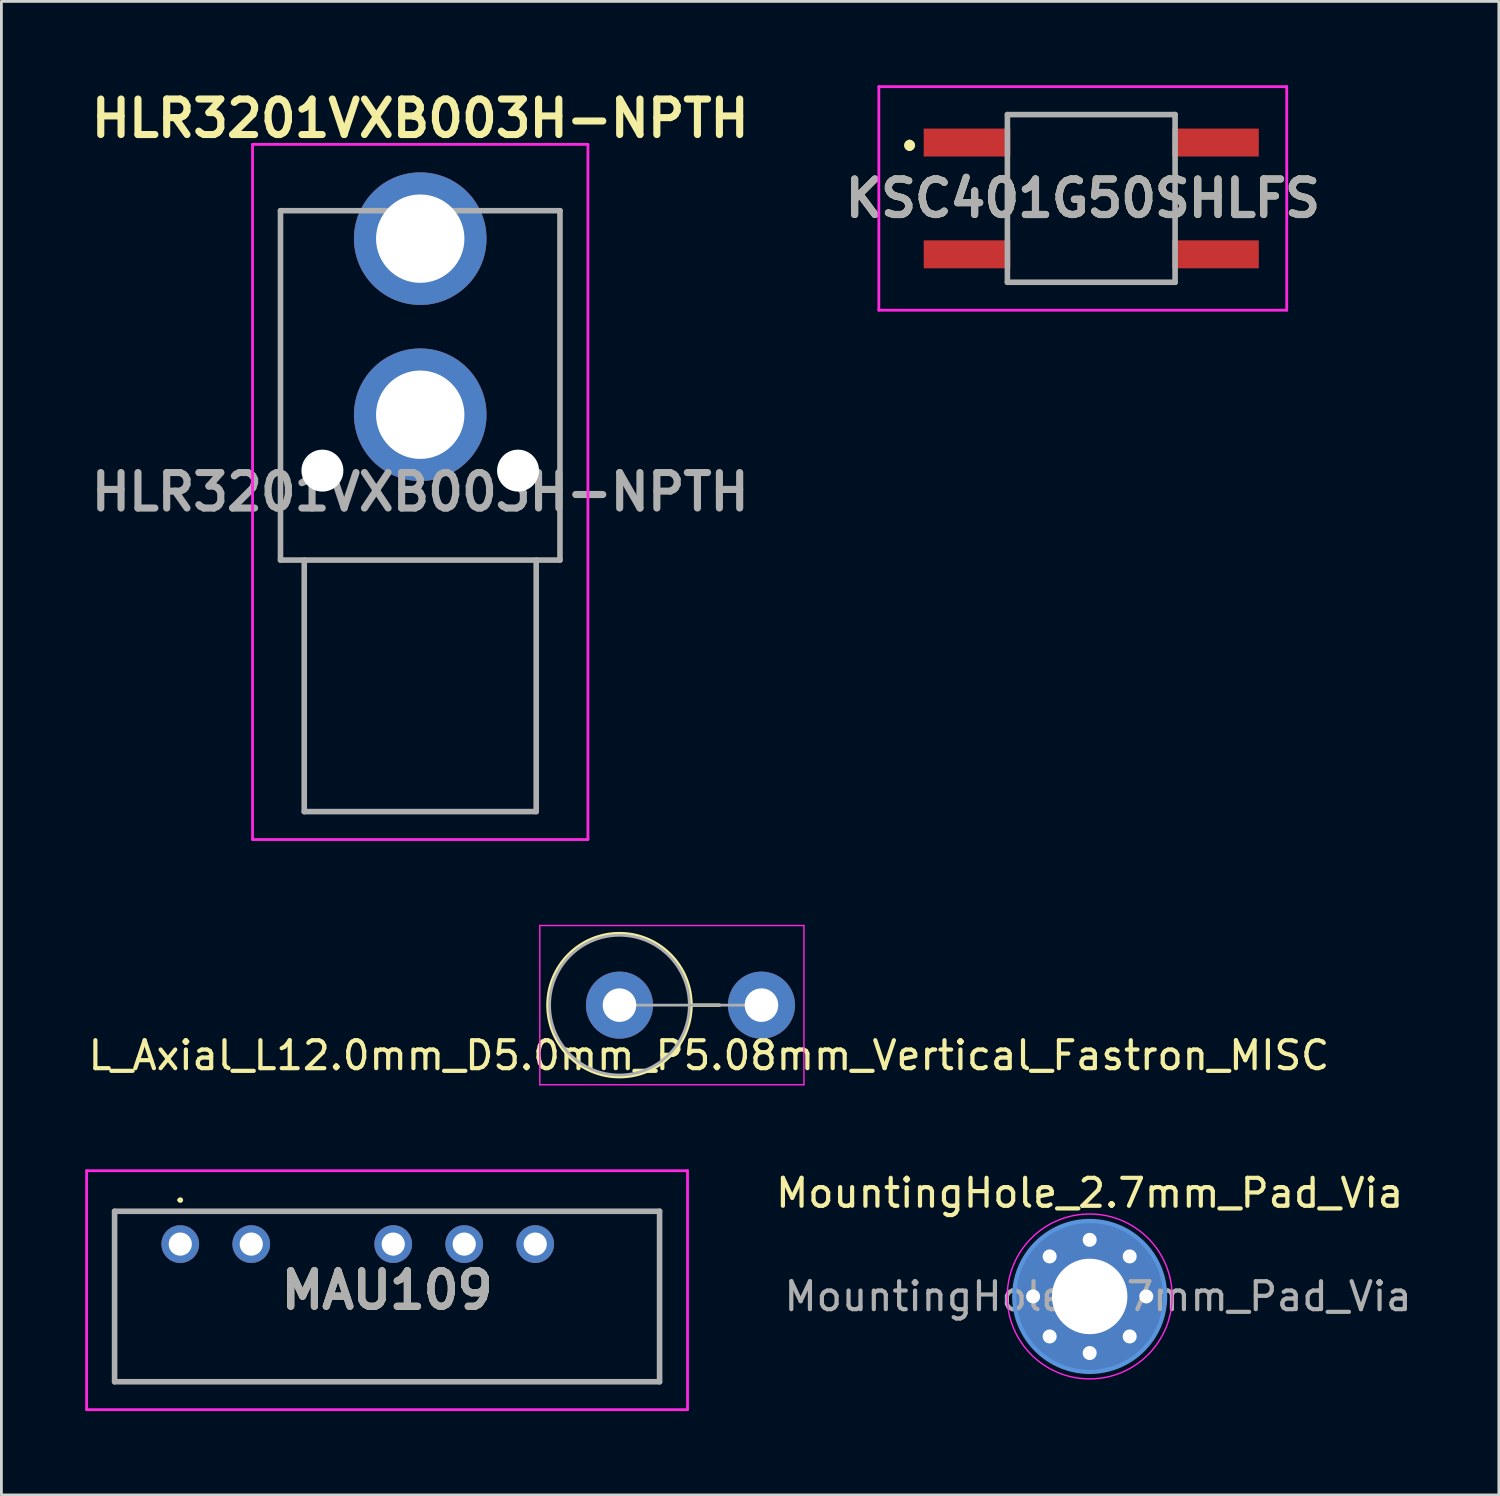
<source format=kicad_pcb>
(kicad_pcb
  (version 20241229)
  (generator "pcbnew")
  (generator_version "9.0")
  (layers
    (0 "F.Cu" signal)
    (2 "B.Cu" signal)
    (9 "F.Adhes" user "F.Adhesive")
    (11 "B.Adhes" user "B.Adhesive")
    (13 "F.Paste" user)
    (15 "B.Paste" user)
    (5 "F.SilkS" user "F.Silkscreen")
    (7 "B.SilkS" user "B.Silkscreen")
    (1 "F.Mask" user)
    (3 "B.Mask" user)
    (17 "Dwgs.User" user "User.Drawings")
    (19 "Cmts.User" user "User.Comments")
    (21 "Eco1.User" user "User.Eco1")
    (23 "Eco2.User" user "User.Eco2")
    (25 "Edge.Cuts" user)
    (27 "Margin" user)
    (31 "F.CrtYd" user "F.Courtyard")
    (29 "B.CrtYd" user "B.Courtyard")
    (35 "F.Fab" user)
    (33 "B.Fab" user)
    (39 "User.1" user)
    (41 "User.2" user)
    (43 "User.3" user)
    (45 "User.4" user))
  (footprint "L_Axial_L12.0mm_D5.0mm_P5.08mm_Vertical_Fastron_MISC"
    (layer "F.Cu")
    (at 19.115 32.914)
    (property "Reference" "L_Axial_L12.0mm_D5.0mm_P5.08mm_Vertical_Fastron_MISC" (at 3.2 1.8 180) (layer "F.SilkS") (effects (font (size 1 1) (thickness 0.15))))
    (attr through_hole)
    (fp_line (start 2.56 0) (end 3.58 0) (stroke (width 0.12) (type solid)) (layer "F.SilkS"))
    (fp_circle (center 0 0) (end 2.56 0) (stroke (width 0.12) (type solid)) (fill no) (layer "F.SilkS"))
    (fp_line (start -2.85 -2.85) (end -2.85 2.85) (stroke (width 0.05) (type solid)) (layer "F.CrtYd"))
    (fp_line (start -2.85 2.85) (end 6.6 2.85) (stroke (width 0.05) (type solid)) (layer "F.CrtYd"))
    (fp_line (start 6.6 -2.85) (end -2.85 -2.85) (stroke (width 0.05) (type solid)) (layer "F.CrtYd"))
    (fp_line (start 6.6 2.85) (end 6.6 -2.85) (stroke (width 0.05) (type solid)) (layer "F.CrtYd"))
    (fp_line (start 0 0) (end 5.08 0) (stroke (width 0.1) (type solid)) (layer "F.Fab"))
    (fp_circle (center 0 0) (end 2.5 0) (stroke (width 0.1) (type solid)) (fill no) (layer "F.Fab"))
    (pad "1" thru_hole circle (at 0 0) (size 2.4 2.4) (drill 1.2) (layers "*.Cu" "*.Mask"))
    (pad "2" thru_hole oval (at 5.08 0) (size 2.4 2.4) (drill 1.2) (layers "*.Cu" "*.Mask")))
  (footprint "HLR3201VXB003H-NPTH"
    (layer "F.Cu")
    (at 11.986 11.789)
    (property "Reference" "HLR3201VXB003H-NPTH" (at 0 -10.6 0) (layer "F.SilkS") (effects (font (size 1.27 1.27) (thickness 0.254))))
    (attr through_hole)
    (fp_line (start -5 -7.3) (end -5 5.2) (stroke (width 0.1) (type solid)) (layer "F.SilkS"))
    (fp_line (start -5 5.2) (end 5 5.2) (stroke (width 0.1) (type solid)) (layer "F.SilkS"))
    (fp_line (start -3 -7.3) (end -5 -7.3) (stroke (width 0.1) (type solid)) (layer "F.SilkS"))
    (fp_line (start 5 -7.3) (end 3 -7.3) (stroke (width 0.1) (type solid)) (layer "F.SilkS"))
    (fp_line (start 5 5.2) (end 5 -7.3) (stroke (width 0.1) (type solid)) (layer "F.SilkS"))
    (fp_line (start -6 -9.672) (end 6 -9.672) (stroke (width 0.1) (type solid)) (layer "F.CrtYd"))
    (fp_line (start -6 15.2) (end -6 -9.672) (stroke (width 0.1) (type solid)) (layer "F.CrtYd"))
    (fp_line (start 6 -9.672) (end 6 15.2) (stroke (width 0.1) (type solid)) (layer "F.CrtYd"))
    (fp_line (start 6 15.2) (end -6 15.2) (stroke (width 0.1) (type solid)) (layer "F.CrtYd"))
    (fp_line (start -5 -7.3) (end 5 -7.3) (stroke (width 0.2) (type solid)) (layer "F.Fab"))
    (fp_line (start -5 5.2) (end -5 -7.3) (stroke (width 0.2) (type solid)) (layer "F.Fab"))
    (fp_line (start -4.15 5.2) (end -4.15 14.2) (stroke (width 0.2) (type solid)) (layer "F.Fab"))
    (fp_line (start -4.15 14.2) (end 4.15 14.2) (stroke (width 0.2) (type solid)) (layer "F.Fab"))
    (fp_line (start 4.15 14.2) (end 4.15 5.2) (stroke (width 0.2) (type solid)) (layer "F.Fab"))
    (fp_line (start 5 -7.3) (end 5 5.2) (stroke (width 0.2) (type solid)) (layer "F.Fab"))
    (fp_line (start 5 5.2) (end -5 5.2) (stroke (width 0.2) (type solid)) (layer "F.Fab"))
    (fp_text user "${REFERENCE}" (at 0 2.764 0) (layer "F.Fab") (effects (font (size 1.27 1.27) (thickness 0.254))))
    (pad "" np_thru_hole circle (at -3.5 2) (size 1.5 1.5) (drill 1.5) (layers "*.Cu" "*.Mask"))
    (pad "" np_thru_hole circle (at 3.5 2) (size 1.5 1.5) (drill 1.5) (layers "*.Cu" "*.Mask"))
    (pad "1" thru_hole circle (at 0 -6.3) (size 4.743 4.743) (drill 3.162) (layers "*.Cu" "*.Mask"))
    (pad "2" thru_hole circle (at 0 0) (size 4.743 4.743) (drill 3.162) (layers "*.Cu" "*.Mask")))
  (footprint "MountingHole_2.7mm_Pad_Via"
    (layer "F.Cu")
    (at 35.939 43.337)
    (property "Reference" "MountingHole_2.7mm_Pad_Via" (at 0 -3.7 0) (layer "F.SilkS") (effects (font (size 1 1) (thickness 0.15))))
    (attr exclude_from_pos_files exclude_from_bom)
    (fp_circle (center 0 0) (end 2.7 0) (stroke (width 0.15) (type solid)) (fill no) (layer "Cmts.User"))
    (fp_circle (center 0 0) (end 2.95 0) (stroke (width 0.05) (type solid)) (fill no) (layer "F.CrtYd"))
    (fp_text user "${REFERENCE}" (at 0.3 0 0) (layer "F.Fab") (effects (font (size 1 1) (thickness 0.15))))
    (pad "1" thru_hole circle (at -2.025 0) (size 0.8 0.8) (drill 0.5) (layers "*.Cu" "*.Mask"))
    (pad "1" thru_hole circle (at -1.432 -1.432) (size 0.8 0.8) (drill 0.5) (layers "*.Cu" "*.Mask"))
    (pad "1" thru_hole circle (at -1.432 1.432) (size 0.8 0.8) (drill 0.5) (layers "*.Cu" "*.Mask"))
    (pad "1" thru_hole circle (at 0 -2.025) (size 0.8 0.8) (drill 0.5) (layers "*.Cu" "*.Mask"))
    (pad "1" thru_hole circle (at 0 0) (size 5.4 5.4) (drill 2.7) (layers "*.Cu" "*.Mask"))
    (pad "1" thru_hole circle (at 0 2.025) (size 0.8 0.8) (drill 0.5) (layers "*.Cu" "*.Mask"))
    (pad "1" thru_hole circle (at 1.432 -1.432) (size 0.8 0.8) (drill 0.5) (layers "*.Cu" "*.Mask"))
    (pad "1" thru_hole circle (at 1.432 1.432) (size 0.8 0.8) (drill 0.5) (layers "*.Cu" "*.Mask"))
    (pad "1" thru_hole circle (at 2.025 0) (size 0.8 0.8) (drill 0.5) (layers "*.Cu" "*.Mask")))
  (footprint "MAU109"
    (layer "F.Cu")
    (at 10.8 43.114)
    (property "Reference" "MAU109" (at 0 0 0) (layer "F.SilkS") (effects (font (size 1.27 1.27) (thickness 0.254))))
    (attr through_hole)
    (fp_line (start -9.75 -2.825) (end 9.75 -2.825) (stroke (width 0.1) (type solid)) (layer "F.SilkS"))
    (fp_line (start -9.75 3.275) (end -9.75 -2.825) (stroke (width 0.1) (type solid)) (layer "F.SilkS"))
    (fp_line (start -7.45 -3.225) (end -7.45 -3.225) (stroke (width 0.1) (type solid)) (layer "F.SilkS"))
    (fp_line (start -7.35 -3.225) (end -7.35 -3.225) (stroke (width 0.1) (type solid)) (layer "F.SilkS"))
    (fp_line (start 9.75 -2.825) (end 9.75 3.275) (stroke (width 0.1) (type solid)) (layer "F.SilkS"))
    (fp_line (start 9.75 3.275) (end -9.75 3.275) (stroke (width 0.1) (type solid)) (layer "F.SilkS"))
    (fp_arc (start -7.45 -3.225) (mid -7.4 -3.275) (end -7.35 -3.225) (stroke (width 0.1) (type solid)) (layer "F.SilkS"))
    (fp_arc (start -7.35 -3.225) (mid -7.4 -3.175) (end -7.45 -3.225) (stroke (width 0.1) (type solid)) (layer "F.SilkS"))
    (fp_line (start -10.75 -4.275) (end 10.75 -4.275) (stroke (width 0.1) (type solid)) (layer "F.CrtYd"))
    (fp_line (start -10.75 4.275) (end -10.75 -4.275) (stroke (width 0.1) (type solid)) (layer "F.CrtYd"))
    (fp_line (start 10.75 -4.275) (end 10.75 4.275) (stroke (width 0.1) (type solid)) (layer "F.CrtYd"))
    (fp_line (start 10.75 4.275) (end -10.75 4.275) (stroke (width 0.1) (type solid)) (layer "F.CrtYd"))
    (fp_line (start -9.75 -2.825) (end 9.75 -2.825) (stroke (width 0.2) (type solid)) (layer "F.Fab"))
    (fp_line (start -9.75 3.275) (end -9.75 -2.825) (stroke (width 0.2) (type solid)) (layer "F.Fab"))
    (fp_line (start 9.75 -2.825) (end 9.75 3.275) (stroke (width 0.2) (type solid)) (layer "F.Fab"))
    (fp_line (start 9.75 3.275) (end -9.75 3.275) (stroke (width 0.2) (type solid)) (layer "F.Fab"))
    (fp_text user "${REFERENCE}" (at 0 0 0) (layer "F.Fab") (effects (font (size 1.27 1.27) (thickness 0.254))))
    (pad "1" thru_hole circle (at -7.4 -1.65) (size 1.349 1.349) (drill 0.83) (layers "*.Cu" "*.Mask"))
    (pad "2" thru_hole circle (at -4.86 -1.65) (size 1.349 1.349) (drill 0.83) (layers "*.Cu" "*.Mask"))
    (pad "4" thru_hole circle (at 0.22 -1.65) (size 1.349 1.349) (drill 0.83) (layers "*.Cu" "*.Mask"))
    (pad "5" thru_hole circle (at 2.76 -1.65) (size 1.349 1.349) (drill 0.83) (layers "*.Cu" "*.Mask"))
    (pad "6" thru_hole circle (at 5.3 -1.65) (size 1.349 1.349) (drill 0.83) (layers "*.Cu" "*.Mask")))
  (footprint "KSC401G50SHLFS"
    (layer "F.Cu")
    (at 35.995 4.05)
    (property "Reference" "KSC401G50SHLFS" (at -0.302 0 0) (layer "F.SilkS") (effects (font (size 1.27 1.27) (thickness 0.254))))
    (attr smd)
    (fp_line (start -6.5 -2) (end -6.5 -2) (stroke (width 0.2) (type solid)) (layer "F.SilkS"))
    (fp_line (start -6.5 -1.8) (end -6.5 -1.8) (stroke (width 0.2) (type solid)) (layer "F.SilkS"))
    (fp_line (start -3 -3) (end 3 -3) (stroke (width 0.1) (type solid)) (layer "F.SilkS"))
    (fp_line (start -3 -1) (end -3 1) (stroke (width 0.1) (type solid)) (layer "F.SilkS"))
    (fp_line (start -3 3) (end 3 3) (stroke (width 0.1) (type solid)) (layer "F.SilkS"))
    (fp_line (start 3 -1) (end 3 1) (stroke (width 0.1) (type solid)) (layer "F.SilkS"))
    (fp_arc (start -6.5 -2) (mid -6.4 -1.9) (end -6.5 -1.8) (stroke (width 0.2) (type solid)) (layer "F.SilkS"))
    (fp_arc (start -6.5 -1.8) (mid -6.6 -1.9) (end -6.5 -2) (stroke (width 0.2) (type solid)) (layer "F.SilkS"))
    (fp_line (start -7.6 -4) (end 6.995 -4) (stroke (width 0.1) (type solid)) (layer "F.CrtYd"))
    (fp_line (start -7.6 4) (end -7.6 -4) (stroke (width 0.1) (type solid)) (layer "F.CrtYd"))
    (fp_line (start 6.995 -4) (end 6.995 4) (stroke (width 0.1) (type solid)) (layer "F.CrtYd"))
    (fp_line (start 6.995 4) (end -7.6 4) (stroke (width 0.1) (type solid)) (layer "F.CrtYd"))
    (fp_line (start -3 -3) (end 3 -3) (stroke (width 0.2) (type solid)) (layer "F.Fab"))
    (fp_line (start -3 3) (end -3 -3) (stroke (width 0.2) (type solid)) (layer "F.Fab"))
    (fp_line (start 3 -3) (end 3 3) (stroke (width 0.2) (type solid)) (layer "F.Fab"))
    (fp_line (start 3 3) (end -3 3) (stroke (width 0.2) (type solid)) (layer "F.Fab"))
    (fp_text user "${REFERENCE}" (at -0.302 0 0) (layer "F.Fab") (effects (font (size 1.27 1.27) (thickness 0.254))))
    (pad "1" smd rect (at -4.445 -2 90) (size 1 3.1) (layers "F.Cu" "F.Mask" "F.Paste"))
    (pad "2" smd rect (at -4.445 2 90) (size 1 3.1) (layers "F.Cu" "F.Mask" "F.Paste"))
    (pad "3" smd rect (at 4.445 2 90) (size 1 3.1) (layers "F.Cu" "F.Mask" "F.Paste"))
    (pad "4" smd rect (at 4.445 -2 90) (size 1 3.1) (layers "F.Cu" "F.Mask" "F.Paste")))
  (gr_rect
    (start -3 -3)
    (end 50.579 50.439)
    (stroke (width 0.1) (type default))
    (fill no)
    (layer "Edge.Cuts")))
</source>
